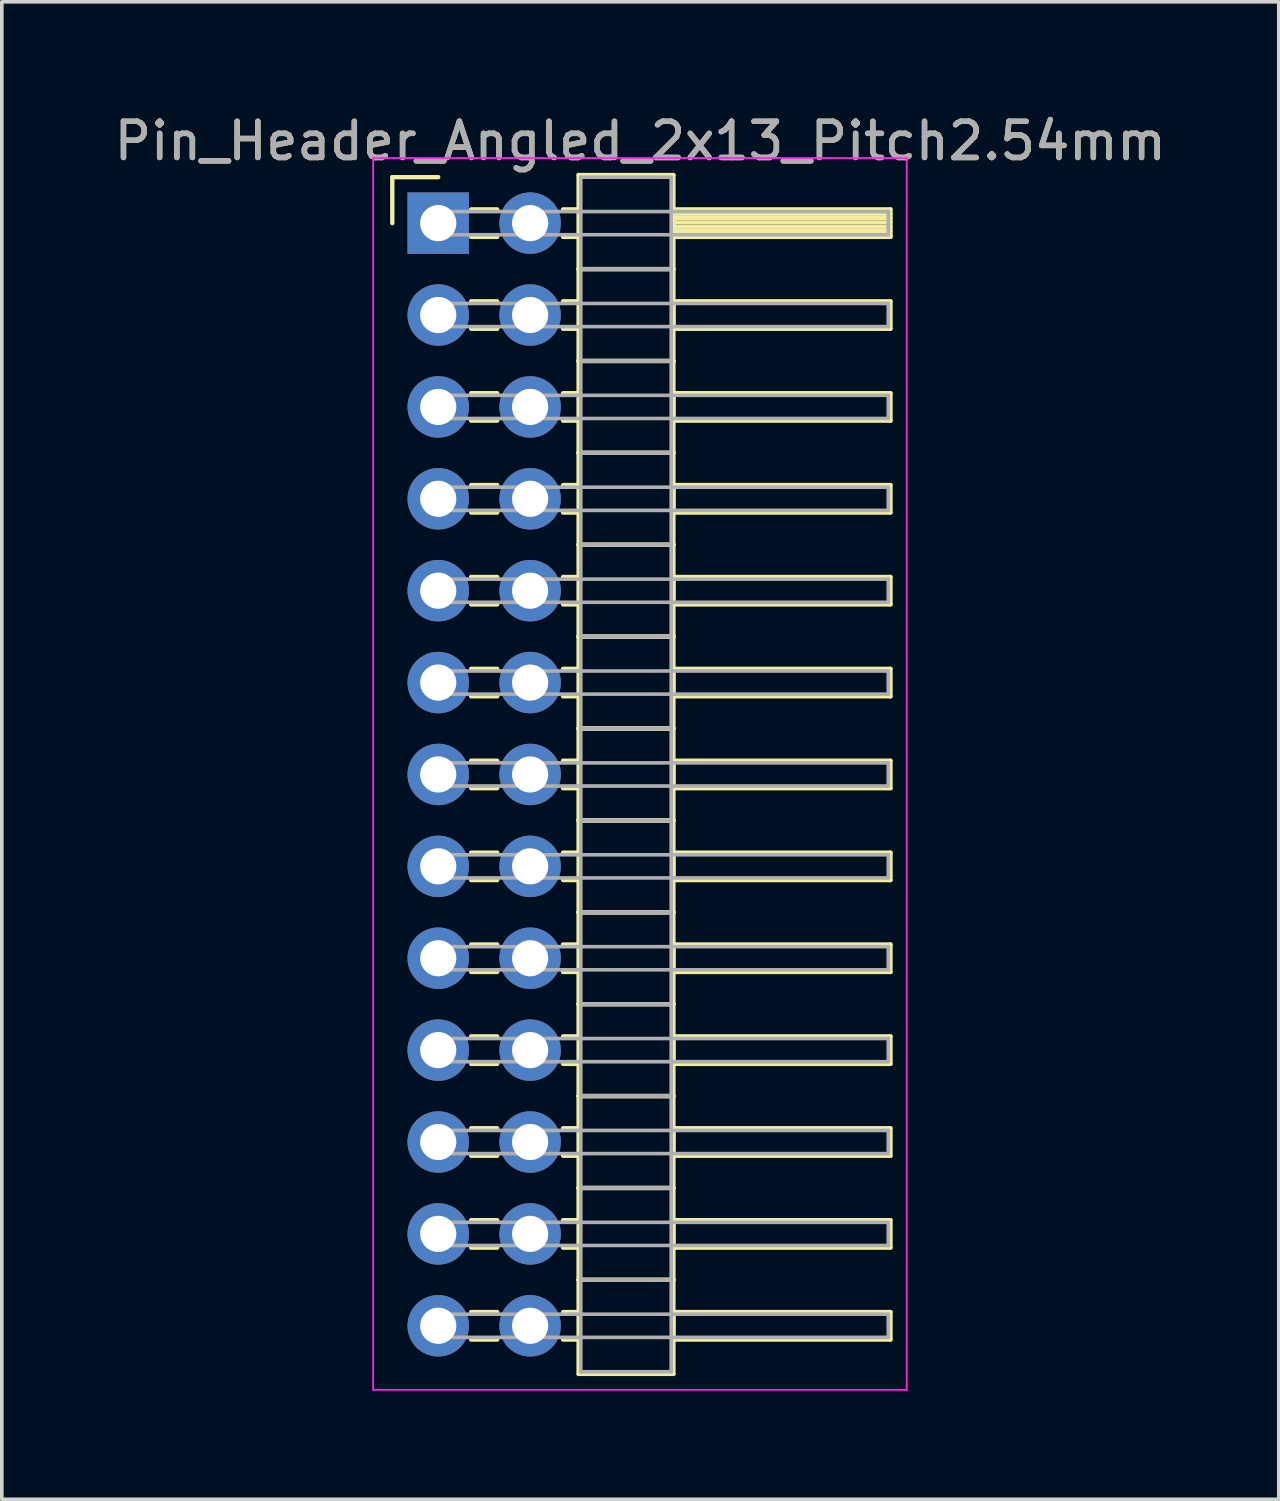
<source format=kicad_pcb>
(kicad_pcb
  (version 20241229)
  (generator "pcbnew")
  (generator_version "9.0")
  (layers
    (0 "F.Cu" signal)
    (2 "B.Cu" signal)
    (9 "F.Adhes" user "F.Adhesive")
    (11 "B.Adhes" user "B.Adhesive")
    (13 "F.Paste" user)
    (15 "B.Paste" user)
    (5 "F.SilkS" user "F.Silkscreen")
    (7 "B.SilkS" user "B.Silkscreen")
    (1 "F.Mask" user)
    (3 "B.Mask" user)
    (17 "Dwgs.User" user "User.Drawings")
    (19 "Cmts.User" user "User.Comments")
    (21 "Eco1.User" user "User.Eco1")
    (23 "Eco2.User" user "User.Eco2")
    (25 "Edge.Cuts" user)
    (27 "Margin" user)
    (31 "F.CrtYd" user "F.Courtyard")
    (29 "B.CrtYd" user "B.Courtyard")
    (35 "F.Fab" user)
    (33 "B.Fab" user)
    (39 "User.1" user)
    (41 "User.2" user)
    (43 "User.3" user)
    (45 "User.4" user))
  (footprint "Pin_Header_Angled_2x13_Pitch2.54mm"
    (layer "F.Cu")
    (at 9.064 3.118)
    (property "Reference" "Pin_Header_Angled_2x13_Pitch2.54mm" (at 5.585 -2.27 0) (layer "F.SilkS") (effects (font (size 1 1) (thickness 0.15))))
    (attr through_hole)
    (fp_line (start -1.27 -1.27) (end 0 -1.27) (stroke (width 0.12) (type solid)) (layer "F.SilkS"))
    (fp_line (start -1.27 0) (end -1.27 -1.27) (stroke (width 0.12) (type solid)) (layer "F.SilkS"))
    (fp_line (start 0.91 -0.38) (end 1.63 -0.38) (stroke (width 0.12) (type solid)) (layer "F.SilkS"))
    (fp_line (start 0.91 0.38) (end 1.63 0.38) (stroke (width 0.12) (type solid)) (layer "F.SilkS"))
    (fp_line (start 0.91 2.16) (end 1.63 2.16) (stroke (width 0.12) (type solid)) (layer "F.SilkS"))
    (fp_line (start 0.91 2.92) (end 1.63 2.92) (stroke (width 0.12) (type solid)) (layer "F.SilkS"))
    (fp_line (start 0.91 4.7) (end 1.63 4.7) (stroke (width 0.12) (type solid)) (layer "F.SilkS"))
    (fp_line (start 0.91 5.46) (end 1.63 5.46) (stroke (width 0.12) (type solid)) (layer "F.SilkS"))
    (fp_line (start 0.91 7.24) (end 1.63 7.24) (stroke (width 0.12) (type solid)) (layer "F.SilkS"))
    (fp_line (start 0.91 8) (end 1.63 8) (stroke (width 0.12) (type solid)) (layer "F.SilkS"))
    (fp_line (start 0.91 9.78) (end 1.63 9.78) (stroke (width 0.12) (type solid)) (layer "F.SilkS"))
    (fp_line (start 0.91 10.54) (end 1.63 10.54) (stroke (width 0.12) (type solid)) (layer "F.SilkS"))
    (fp_line (start 0.91 12.32) (end 1.63 12.32) (stroke (width 0.12) (type solid)) (layer "F.SilkS"))
    (fp_line (start 0.91 13.08) (end 1.63 13.08) (stroke (width 0.12) (type solid)) (layer "F.SilkS"))
    (fp_line (start 0.91 14.86) (end 1.63 14.86) (stroke (width 0.12) (type solid)) (layer "F.SilkS"))
    (fp_line (start 0.91 15.62) (end 1.63 15.62) (stroke (width 0.12) (type solid)) (layer "F.SilkS"))
    (fp_line (start 0.91 17.4) (end 1.63 17.4) (stroke (width 0.12) (type solid)) (layer "F.SilkS"))
    (fp_line (start 0.91 18.16) (end 1.63 18.16) (stroke (width 0.12) (type solid)) (layer "F.SilkS"))
    (fp_line (start 0.91 19.94) (end 1.63 19.94) (stroke (width 0.12) (type solid)) (layer "F.SilkS"))
    (fp_line (start 0.91 20.7) (end 1.63 20.7) (stroke (width 0.12) (type solid)) (layer "F.SilkS"))
    (fp_line (start 0.91 22.48) (end 1.63 22.48) (stroke (width 0.12) (type solid)) (layer "F.SilkS"))
    (fp_line (start 0.91 23.24) (end 1.63 23.24) (stroke (width 0.12) (type solid)) (layer "F.SilkS"))
    (fp_line (start 0.91 25.02) (end 1.63 25.02) (stroke (width 0.12) (type solid)) (layer "F.SilkS"))
    (fp_line (start 0.91 25.78) (end 1.63 25.78) (stroke (width 0.12) (type solid)) (layer "F.SilkS"))
    (fp_line (start 0.91 27.56) (end 1.63 27.56) (stroke (width 0.12) (type solid)) (layer "F.SilkS"))
    (fp_line (start 0.91 28.32) (end 1.63 28.32) (stroke (width 0.12) (type solid)) (layer "F.SilkS"))
    (fp_line (start 0.91 30.1) (end 1.63 30.1) (stroke (width 0.12) (type solid)) (layer "F.SilkS"))
    (fp_line (start 0.91 30.86) (end 1.63 30.86) (stroke (width 0.12) (type solid)) (layer "F.SilkS"))
    (fp_line (start 3.45 -0.38) (end 3.88 -0.38) (stroke (width 0.12) (type solid)) (layer "F.SilkS"))
    (fp_line (start 3.45 0.38) (end 3.88 0.38) (stroke (width 0.12) (type solid)) (layer "F.SilkS"))
    (fp_line (start 3.45 2.16) (end 3.88 2.16) (stroke (width 0.12) (type solid)) (layer "F.SilkS"))
    (fp_line (start 3.45 2.92) (end 3.88 2.92) (stroke (width 0.12) (type solid)) (layer "F.SilkS"))
    (fp_line (start 3.45 4.7) (end 3.88 4.7) (stroke (width 0.12) (type solid)) (layer "F.SilkS"))
    (fp_line (start 3.45 5.46) (end 3.88 5.46) (stroke (width 0.12) (type solid)) (layer "F.SilkS"))
    (fp_line (start 3.45 7.24) (end 3.88 7.24) (stroke (width 0.12) (type solid)) (layer "F.SilkS"))
    (fp_line (start 3.45 8) (end 3.88 8) (stroke (width 0.12) (type solid)) (layer "F.SilkS"))
    (fp_line (start 3.45 9.78) (end 3.88 9.78) (stroke (width 0.12) (type solid)) (layer "F.SilkS"))
    (fp_line (start 3.45 10.54) (end 3.88 10.54) (stroke (width 0.12) (type solid)) (layer "F.SilkS"))
    (fp_line (start 3.45 12.32) (end 3.88 12.32) (stroke (width 0.12) (type solid)) (layer "F.SilkS"))
    (fp_line (start 3.45 13.08) (end 3.88 13.08) (stroke (width 0.12) (type solid)) (layer "F.SilkS"))
    (fp_line (start 3.45 14.86) (end 3.88 14.86) (stroke (width 0.12) (type solid)) (layer "F.SilkS"))
    (fp_line (start 3.45 15.62) (end 3.88 15.62) (stroke (width 0.12) (type solid)) (layer "F.SilkS"))
    (fp_line (start 3.45 17.4) (end 3.88 17.4) (stroke (width 0.12) (type solid)) (layer "F.SilkS"))
    (fp_line (start 3.45 18.16) (end 3.88 18.16) (stroke (width 0.12) (type solid)) (layer "F.SilkS"))
    (fp_line (start 3.45 19.94) (end 3.88 19.94) (stroke (width 0.12) (type solid)) (layer "F.SilkS"))
    (fp_line (start 3.45 20.7) (end 3.88 20.7) (stroke (width 0.12) (type solid)) (layer "F.SilkS"))
    (fp_line (start 3.45 22.48) (end 3.88 22.48) (stroke (width 0.12) (type solid)) (layer "F.SilkS"))
    (fp_line (start 3.45 23.24) (end 3.88 23.24) (stroke (width 0.12) (type solid)) (layer "F.SilkS"))
    (fp_line (start 3.45 25.02) (end 3.88 25.02) (stroke (width 0.12) (type solid)) (layer "F.SilkS"))
    (fp_line (start 3.45 25.78) (end 3.88 25.78) (stroke (width 0.12) (type solid)) (layer "F.SilkS"))
    (fp_line (start 3.45 27.56) (end 3.88 27.56) (stroke (width 0.12) (type solid)) (layer "F.SilkS"))
    (fp_line (start 3.45 28.32) (end 3.88 28.32) (stroke (width 0.12) (type solid)) (layer "F.SilkS"))
    (fp_line (start 3.45 30.1) (end 3.88 30.1) (stroke (width 0.12) (type solid)) (layer "F.SilkS"))
    (fp_line (start 3.45 30.86) (end 3.88 30.86) (stroke (width 0.12) (type solid)) (layer "F.SilkS"))
    (fp_line (start 3.88 -1.33) (end 3.88 1.27) (stroke (width 0.12) (type solid)) (layer "F.SilkS"))
    (fp_line (start 3.88 1.27) (end 3.88 3.81) (stroke (width 0.12) (type solid)) (layer "F.SilkS"))
    (fp_line (start 3.88 1.27) (end 6.5 1.27) (stroke (width 0.12) (type solid)) (layer "F.SilkS"))
    (fp_line (start 3.88 3.81) (end 3.88 6.35) (stroke (width 0.12) (type solid)) (layer "F.SilkS"))
    (fp_line (start 3.88 3.81) (end 6.5 3.81) (stroke (width 0.12) (type solid)) (layer "F.SilkS"))
    (fp_line (start 3.88 6.35) (end 3.88 8.89) (stroke (width 0.12) (type solid)) (layer "F.SilkS"))
    (fp_line (start 3.88 6.35) (end 6.5 6.35) (stroke (width 0.12) (type solid)) (layer "F.SilkS"))
    (fp_line (start 3.88 8.89) (end 3.88 11.43) (stroke (width 0.12) (type solid)) (layer "F.SilkS"))
    (fp_line (start 3.88 8.89) (end 6.5 8.89) (stroke (width 0.12) (type solid)) (layer "F.SilkS"))
    (fp_line (start 3.88 11.43) (end 3.88 13.97) (stroke (width 0.12) (type solid)) (layer "F.SilkS"))
    (fp_line (start 3.88 11.43) (end 6.5 11.43) (stroke (width 0.12) (type solid)) (layer "F.SilkS"))
    (fp_line (start 3.88 13.97) (end 3.88 16.51) (stroke (width 0.12) (type solid)) (layer "F.SilkS"))
    (fp_line (start 3.88 13.97) (end 6.5 13.97) (stroke (width 0.12) (type solid)) (layer "F.SilkS"))
    (fp_line (start 3.88 16.51) (end 3.88 19.05) (stroke (width 0.12) (type solid)) (layer "F.SilkS"))
    (fp_line (start 3.88 16.51) (end 6.5 16.51) (stroke (width 0.12) (type solid)) (layer "F.SilkS"))
    (fp_line (start 3.88 19.05) (end 3.88 21.59) (stroke (width 0.12) (type solid)) (layer "F.SilkS"))
    (fp_line (start 3.88 19.05) (end 6.5 19.05) (stroke (width 0.12) (type solid)) (layer "F.SilkS"))
    (fp_line (start 3.88 21.59) (end 3.88 24.13) (stroke (width 0.12) (type solid)) (layer "F.SilkS"))
    (fp_line (start 3.88 21.59) (end 6.5 21.59) (stroke (width 0.12) (type solid)) (layer "F.SilkS"))
    (fp_line (start 3.88 24.13) (end 3.88 26.67) (stroke (width 0.12) (type solid)) (layer "F.SilkS"))
    (fp_line (start 3.88 24.13) (end 6.5 24.13) (stroke (width 0.12) (type solid)) (layer "F.SilkS"))
    (fp_line (start 3.88 26.67) (end 3.88 29.21) (stroke (width 0.12) (type solid)) (layer "F.SilkS"))
    (fp_line (start 3.88 26.67) (end 6.5 26.67) (stroke (width 0.12) (type solid)) (layer "F.SilkS"))
    (fp_line (start 3.88 29.21) (end 3.88 31.81) (stroke (width 0.12) (type solid)) (layer "F.SilkS"))
    (fp_line (start 3.88 29.21) (end 6.5 29.21) (stroke (width 0.12) (type solid)) (layer "F.SilkS"))
    (fp_line (start 3.88 31.81) (end 6.5 31.81) (stroke (width 0.12) (type solid)) (layer "F.SilkS"))
    (fp_line (start 6.5 -1.33) (end 3.88 -1.33) (stroke (width 0.12) (type solid)) (layer "F.SilkS"))
    (fp_line (start 6.5 -0.38) (end 6.5 0.38) (stroke (width 0.12) (type solid)) (layer "F.SilkS"))
    (fp_line (start 6.5 -0.26) (end 12.5 -0.26) (stroke (width 0.12) (type solid)) (layer "F.SilkS"))
    (fp_line (start 6.5 -0.14) (end 12.5 -0.14) (stroke (width 0.12) (type solid)) (layer "F.SilkS"))
    (fp_line (start 6.5 -0.02) (end 12.5 -0.02) (stroke (width 0.12) (type solid)) (layer "F.SilkS"))
    (fp_line (start 6.5 0.1) (end 12.5 0.1) (stroke (width 0.12) (type solid)) (layer "F.SilkS"))
    (fp_line (start 6.5 0.22) (end 12.5 0.22) (stroke (width 0.12) (type solid)) (layer "F.SilkS"))
    (fp_line (start 6.5 0.34) (end 12.5 0.34) (stroke (width 0.12) (type solid)) (layer "F.SilkS"))
    (fp_line (start 6.5 0.38) (end 12.5 0.38) (stroke (width 0.12) (type solid)) (layer "F.SilkS"))
    (fp_line (start 6.5 1.27) (end 3.88 1.27) (stroke (width 0.12) (type solid)) (layer "F.SilkS"))
    (fp_line (start 6.5 1.27) (end 6.5 -1.33) (stroke (width 0.12) (type solid)) (layer "F.SilkS"))
    (fp_line (start 6.5 2.16) (end 6.5 2.92) (stroke (width 0.12) (type solid)) (layer "F.SilkS"))
    (fp_line (start 6.5 2.92) (end 12.5 2.92) (stroke (width 0.12) (type solid)) (layer "F.SilkS"))
    (fp_line (start 6.5 3.81) (end 3.88 3.81) (stroke (width 0.12) (type solid)) (layer "F.SilkS"))
    (fp_line (start 6.5 3.81) (end 6.5 1.27) (stroke (width 0.12) (type solid)) (layer "F.SilkS"))
    (fp_line (start 6.5 4.7) (end 6.5 5.46) (stroke (width 0.12) (type solid)) (layer "F.SilkS"))
    (fp_line (start 6.5 5.46) (end 12.5 5.46) (stroke (width 0.12) (type solid)) (layer "F.SilkS"))
    (fp_line (start 6.5 6.35) (end 3.88 6.35) (stroke (width 0.12) (type solid)) (layer "F.SilkS"))
    (fp_line (start 6.5 6.35) (end 6.5 3.81) (stroke (width 0.12) (type solid)) (layer "F.SilkS"))
    (fp_line (start 6.5 7.24) (end 6.5 8) (stroke (width 0.12) (type solid)) (layer "F.SilkS"))
    (fp_line (start 6.5 8) (end 12.5 8) (stroke (width 0.12) (type solid)) (layer "F.SilkS"))
    (fp_line (start 6.5 8.89) (end 3.88 8.89) (stroke (width 0.12) (type solid)) (layer "F.SilkS"))
    (fp_line (start 6.5 8.89) (end 6.5 6.35) (stroke (width 0.12) (type solid)) (layer "F.SilkS"))
    (fp_line (start 6.5 9.78) (end 6.5 10.54) (stroke (width 0.12) (type solid)) (layer "F.SilkS"))
    (fp_line (start 6.5 10.54) (end 12.5 10.54) (stroke (width 0.12) (type solid)) (layer "F.SilkS"))
    (fp_line (start 6.5 11.43) (end 3.88 11.43) (stroke (width 0.12) (type solid)) (layer "F.SilkS"))
    (fp_line (start 6.5 11.43) (end 6.5 8.89) (stroke (width 0.12) (type solid)) (layer "F.SilkS"))
    (fp_line (start 6.5 12.32) (end 6.5 13.08) (stroke (width 0.12) (type solid)) (layer "F.SilkS"))
    (fp_line (start 6.5 13.08) (end 12.5 13.08) (stroke (width 0.12) (type solid)) (layer "F.SilkS"))
    (fp_line (start 6.5 13.97) (end 3.88 13.97) (stroke (width 0.12) (type solid)) (layer "F.SilkS"))
    (fp_line (start 6.5 13.97) (end 6.5 11.43) (stroke (width 0.12) (type solid)) (layer "F.SilkS"))
    (fp_line (start 6.5 14.86) (end 6.5 15.62) (stroke (width 0.12) (type solid)) (layer "F.SilkS"))
    (fp_line (start 6.5 15.62) (end 12.5 15.62) (stroke (width 0.12) (type solid)) (layer "F.SilkS"))
    (fp_line (start 6.5 16.51) (end 3.88 16.51) (stroke (width 0.12) (type solid)) (layer "F.SilkS"))
    (fp_line (start 6.5 16.51) (end 6.5 13.97) (stroke (width 0.12) (type solid)) (layer "F.SilkS"))
    (fp_line (start 6.5 17.4) (end 6.5 18.16) (stroke (width 0.12) (type solid)) (layer "F.SilkS"))
    (fp_line (start 6.5 18.16) (end 12.5 18.16) (stroke (width 0.12) (type solid)) (layer "F.SilkS"))
    (fp_line (start 6.5 19.05) (end 3.88 19.05) (stroke (width 0.12) (type solid)) (layer "F.SilkS"))
    (fp_line (start 6.5 19.05) (end 6.5 16.51) (stroke (width 0.12) (type solid)) (layer "F.SilkS"))
    (fp_line (start 6.5 19.94) (end 6.5 20.7) (stroke (width 0.12) (type solid)) (layer "F.SilkS"))
    (fp_line (start 6.5 20.7) (end 12.5 20.7) (stroke (width 0.12) (type solid)) (layer "F.SilkS"))
    (fp_line (start 6.5 21.59) (end 3.88 21.59) (stroke (width 0.12) (type solid)) (layer "F.SilkS"))
    (fp_line (start 6.5 21.59) (end 6.5 19.05) (stroke (width 0.12) (type solid)) (layer "F.SilkS"))
    (fp_line (start 6.5 22.48) (end 6.5 23.24) (stroke (width 0.12) (type solid)) (layer "F.SilkS"))
    (fp_line (start 6.5 23.24) (end 12.5 23.24) (stroke (width 0.12) (type solid)) (layer "F.SilkS"))
    (fp_line (start 6.5 24.13) (end 3.88 24.13) (stroke (width 0.12) (type solid)) (layer "F.SilkS"))
    (fp_line (start 6.5 24.13) (end 6.5 21.59) (stroke (width 0.12) (type solid)) (layer "F.SilkS"))
    (fp_line (start 6.5 25.02) (end 6.5 25.78) (stroke (width 0.12) (type solid)) (layer "F.SilkS"))
    (fp_line (start 6.5 25.78) (end 12.5 25.78) (stroke (width 0.12) (type solid)) (layer "F.SilkS"))
    (fp_line (start 6.5 26.67) (end 3.88 26.67) (stroke (width 0.12) (type solid)) (layer "F.SilkS"))
    (fp_line (start 6.5 26.67) (end 6.5 24.13) (stroke (width 0.12) (type solid)) (layer "F.SilkS"))
    (fp_line (start 6.5 27.56) (end 6.5 28.32) (stroke (width 0.12) (type solid)) (layer "F.SilkS"))
    (fp_line (start 6.5 28.32) (end 12.5 28.32) (stroke (width 0.12) (type solid)) (layer "F.SilkS"))
    (fp_line (start 6.5 29.21) (end 3.88 29.21) (stroke (width 0.12) (type solid)) (layer "F.SilkS"))
    (fp_line (start 6.5 29.21) (end 6.5 26.67) (stroke (width 0.12) (type solid)) (layer "F.SilkS"))
    (fp_line (start 6.5 30.1) (end 6.5 30.86) (stroke (width 0.12) (type solid)) (layer "F.SilkS"))
    (fp_line (start 6.5 30.86) (end 12.5 30.86) (stroke (width 0.12) (type solid)) (layer "F.SilkS"))
    (fp_line (start 6.5 31.81) (end 6.5 29.21) (stroke (width 0.12) (type solid)) (layer "F.SilkS"))
    (fp_line (start 12.5 -0.38) (end 6.5 -0.38) (stroke (width 0.12) (type solid)) (layer "F.SilkS"))
    (fp_line (start 12.5 0.38) (end 12.5 -0.38) (stroke (width 0.12) (type solid)) (layer "F.SilkS"))
    (fp_line (start 12.5 2.16) (end 6.5 2.16) (stroke (width 0.12) (type solid)) (layer "F.SilkS"))
    (fp_line (start 12.5 2.92) (end 12.5 2.16) (stroke (width 0.12) (type solid)) (layer "F.SilkS"))
    (fp_line (start 12.5 4.7) (end 6.5 4.7) (stroke (width 0.12) (type solid)) (layer "F.SilkS"))
    (fp_line (start 12.5 5.46) (end 12.5 4.7) (stroke (width 0.12) (type solid)) (layer "F.SilkS"))
    (fp_line (start 12.5 7.24) (end 6.5 7.24) (stroke (width 0.12) (type solid)) (layer "F.SilkS"))
    (fp_line (start 12.5 8) (end 12.5 7.24) (stroke (width 0.12) (type solid)) (layer "F.SilkS"))
    (fp_line (start 12.5 9.78) (end 6.5 9.78) (stroke (width 0.12) (type solid)) (layer "F.SilkS"))
    (fp_line (start 12.5 10.54) (end 12.5 9.78) (stroke (width 0.12) (type solid)) (layer "F.SilkS"))
    (fp_line (start 12.5 12.32) (end 6.5 12.32) (stroke (width 0.12) (type solid)) (layer "F.SilkS"))
    (fp_line (start 12.5 13.08) (end 12.5 12.32) (stroke (width 0.12) (type solid)) (layer "F.SilkS"))
    (fp_line (start 12.5 14.86) (end 6.5 14.86) (stroke (width 0.12) (type solid)) (layer "F.SilkS"))
    (fp_line (start 12.5 15.62) (end 12.5 14.86) (stroke (width 0.12) (type solid)) (layer "F.SilkS"))
    (fp_line (start 12.5 17.4) (end 6.5 17.4) (stroke (width 0.12) (type solid)) (layer "F.SilkS"))
    (fp_line (start 12.5 18.16) (end 12.5 17.4) (stroke (width 0.12) (type solid)) (layer "F.SilkS"))
    (fp_line (start 12.5 19.94) (end 6.5 19.94) (stroke (width 0.12) (type solid)) (layer "F.SilkS"))
    (fp_line (start 12.5 20.7) (end 12.5 19.94) (stroke (width 0.12) (type solid)) (layer "F.SilkS"))
    (fp_line (start 12.5 22.48) (end 6.5 22.48) (stroke (width 0.12) (type solid)) (layer "F.SilkS"))
    (fp_line (start 12.5 23.24) (end 12.5 22.48) (stroke (width 0.12) (type solid)) (layer "F.SilkS"))
    (fp_line (start 12.5 25.02) (end 6.5 25.02) (stroke (width 0.12) (type solid)) (layer "F.SilkS"))
    (fp_line (start 12.5 25.78) (end 12.5 25.02) (stroke (width 0.12) (type solid)) (layer "F.SilkS"))
    (fp_line (start 12.5 27.56) (end 6.5 27.56) (stroke (width 0.12) (type solid)) (layer "F.SilkS"))
    (fp_line (start 12.5 28.32) (end 12.5 27.56) (stroke (width 0.12) (type solid)) (layer "F.SilkS"))
    (fp_line (start 12.5 30.1) (end 6.5 30.1) (stroke (width 0.12) (type solid)) (layer "F.SilkS"))
    (fp_line (start 12.5 30.86) (end 12.5 30.1) (stroke (width 0.12) (type solid)) (layer "F.SilkS"))
    (fp_line (start -1.8 -1.8) (end -1.8 32.25) (stroke (width 0.05) (type solid)) (layer "F.CrtYd"))
    (fp_line (start -1.8 32.25) (end 12.95 32.25) (stroke (width 0.05) (type solid)) (layer "F.CrtYd"))
    (fp_line (start 12.95 -1.8) (end -1.8 -1.8) (stroke (width 0.05) (type solid)) (layer "F.CrtYd"))
    (fp_line (start 12.95 32.25) (end 12.95 -1.8) (stroke (width 0.05) (type solid)) (layer "F.CrtYd"))
    (fp_line (start 0 -0.32) (end 0 0.32) (stroke (width 0.1) (type solid)) (layer "F.Fab"))
    (fp_line (start 0 0.32) (end 12.44 0.32) (stroke (width 0.1) (type solid)) (layer "F.Fab"))
    (fp_line (start 0 2.22) (end 0 2.86) (stroke (width 0.1) (type solid)) (layer "F.Fab"))
    (fp_line (start 0 2.86) (end 12.44 2.86) (stroke (width 0.1) (type solid)) (layer "F.Fab"))
    (fp_line (start 0 4.76) (end 0 5.4) (stroke (width 0.1) (type solid)) (layer "F.Fab"))
    (fp_line (start 0 5.4) (end 12.44 5.4) (stroke (width 0.1) (type solid)) (layer "F.Fab"))
    (fp_line (start 0 7.3) (end 0 7.94) (stroke (width 0.1) (type solid)) (layer "F.Fab"))
    (fp_line (start 0 7.94) (end 12.44 7.94) (stroke (width 0.1) (type solid)) (layer "F.Fab"))
    (fp_line (start 0 9.84) (end 0 10.48) (stroke (width 0.1) (type solid)) (layer "F.Fab"))
    (fp_line (start 0 10.48) (end 12.44 10.48) (stroke (width 0.1) (type solid)) (layer "F.Fab"))
    (fp_line (start 0 12.38) (end 0 13.02) (stroke (width 0.1) (type solid)) (layer "F.Fab"))
    (fp_line (start 0 13.02) (end 12.44 13.02) (stroke (width 0.1) (type solid)) (layer "F.Fab"))
    (fp_line (start 0 14.92) (end 0 15.56) (stroke (width 0.1) (type solid)) (layer "F.Fab"))
    (fp_line (start 0 15.56) (end 12.44 15.56) (stroke (width 0.1) (type solid)) (layer "F.Fab"))
    (fp_line (start 0 17.46) (end 0 18.1) (stroke (width 0.1) (type solid)) (layer "F.Fab"))
    (fp_line (start 0 18.1) (end 12.44 18.1) (stroke (width 0.1) (type solid)) (layer "F.Fab"))
    (fp_line (start 0 20) (end 0 20.64) (stroke (width 0.1) (type solid)) (layer "F.Fab"))
    (fp_line (start 0 20.64) (end 12.44 20.64) (stroke (width 0.1) (type solid)) (layer "F.Fab"))
    (fp_line (start 0 22.54) (end 0 23.18) (stroke (width 0.1) (type solid)) (layer "F.Fab"))
    (fp_line (start 0 23.18) (end 12.44 23.18) (stroke (width 0.1) (type solid)) (layer "F.Fab"))
    (fp_line (start 0 25.08) (end 0 25.72) (stroke (width 0.1) (type solid)) (layer "F.Fab"))
    (fp_line (start 0 25.72) (end 12.44 25.72) (stroke (width 0.1) (type solid)) (layer "F.Fab"))
    (fp_line (start 0 27.62) (end 0 28.26) (stroke (width 0.1) (type solid)) (layer "F.Fab"))
    (fp_line (start 0 28.26) (end 12.44 28.26) (stroke (width 0.1) (type solid)) (layer "F.Fab"))
    (fp_line (start 0 30.16) (end 0 30.8) (stroke (width 0.1) (type solid)) (layer "F.Fab"))
    (fp_line (start 0 30.8) (end 12.44 30.8) (stroke (width 0.1) (type solid)) (layer "F.Fab"))
    (fp_line (start 3.94 -1.27) (end 3.94 1.27) (stroke (width 0.1) (type solid)) (layer "F.Fab"))
    (fp_line (start 3.94 1.27) (end 3.94 3.81) (stroke (width 0.1) (type solid)) (layer "F.Fab"))
    (fp_line (start 3.94 1.27) (end 6.44 1.27) (stroke (width 0.1) (type solid)) (layer "F.Fab"))
    (fp_line (start 3.94 3.81) (end 3.94 6.35) (stroke (width 0.1) (type solid)) (layer "F.Fab"))
    (fp_line (start 3.94 3.81) (end 6.44 3.81) (stroke (width 0.1) (type solid)) (layer "F.Fab"))
    (fp_line (start 3.94 6.35) (end 3.94 8.89) (stroke (width 0.1) (type solid)) (layer "F.Fab"))
    (fp_line (start 3.94 6.35) (end 6.44 6.35) (stroke (width 0.1) (type solid)) (layer "F.Fab"))
    (fp_line (start 3.94 8.89) (end 3.94 11.43) (stroke (width 0.1) (type solid)) (layer "F.Fab"))
    (fp_line (start 3.94 8.89) (end 6.44 8.89) (stroke (width 0.1) (type solid)) (layer "F.Fab"))
    (fp_line (start 3.94 11.43) (end 3.94 13.97) (stroke (width 0.1) (type solid)) (layer "F.Fab"))
    (fp_line (start 3.94 11.43) (end 6.44 11.43) (stroke (width 0.1) (type solid)) (layer "F.Fab"))
    (fp_line (start 3.94 13.97) (end 3.94 16.51) (stroke (width 0.1) (type solid)) (layer "F.Fab"))
    (fp_line (start 3.94 13.97) (end 6.44 13.97) (stroke (width 0.1) (type solid)) (layer "F.Fab"))
    (fp_line (start 3.94 16.51) (end 3.94 19.05) (stroke (width 0.1) (type solid)) (layer "F.Fab"))
    (fp_line (start 3.94 16.51) (end 6.44 16.51) (stroke (width 0.1) (type solid)) (layer "F.Fab"))
    (fp_line (start 3.94 19.05) (end 3.94 21.59) (stroke (width 0.1) (type solid)) (layer "F.Fab"))
    (fp_line (start 3.94 19.05) (end 6.44 19.05) (stroke (width 0.1) (type solid)) (layer "F.Fab"))
    (fp_line (start 3.94 21.59) (end 3.94 24.13) (stroke (width 0.1) (type solid)) (layer "F.Fab"))
    (fp_line (start 3.94 21.59) (end 6.44 21.59) (stroke (width 0.1) (type solid)) (layer "F.Fab"))
    (fp_line (start 3.94 24.13) (end 3.94 26.67) (stroke (width 0.1) (type solid)) (layer "F.Fab"))
    (fp_line (start 3.94 24.13) (end 6.44 24.13) (stroke (width 0.1) (type solid)) (layer "F.Fab"))
    (fp_line (start 3.94 26.67) (end 3.94 29.21) (stroke (width 0.1) (type solid)) (layer "F.Fab"))
    (fp_line (start 3.94 26.67) (end 6.44 26.67) (stroke (width 0.1) (type solid)) (layer "F.Fab"))
    (fp_line (start 3.94 29.21) (end 3.94 31.75) (stroke (width 0.1) (type solid)) (layer "F.Fab"))
    (fp_line (start 3.94 29.21) (end 6.44 29.21) (stroke (width 0.1) (type solid)) (layer "F.Fab"))
    (fp_line (start 3.94 31.75) (end 6.44 31.75) (stroke (width 0.1) (type solid)) (layer "F.Fab"))
    (fp_line (start 6.44 -1.27) (end 3.94 -1.27) (stroke (width 0.1) (type solid)) (layer "F.Fab"))
    (fp_line (start 6.44 1.27) (end 3.94 1.27) (stroke (width 0.1) (type solid)) (layer "F.Fab"))
    (fp_line (start 6.44 1.27) (end 6.44 -1.27) (stroke (width 0.1) (type solid)) (layer "F.Fab"))
    (fp_line (start 6.44 3.81) (end 3.94 3.81) (stroke (width 0.1) (type solid)) (layer "F.Fab"))
    (fp_line (start 6.44 3.81) (end 6.44 1.27) (stroke (width 0.1) (type solid)) (layer "F.Fab"))
    (fp_line (start 6.44 6.35) (end 3.94 6.35) (stroke (width 0.1) (type solid)) (layer "F.Fab"))
    (fp_line (start 6.44 6.35) (end 6.44 3.81) (stroke (width 0.1) (type solid)) (layer "F.Fab"))
    (fp_line (start 6.44 8.89) (end 3.94 8.89) (stroke (width 0.1) (type solid)) (layer "F.Fab"))
    (fp_line (start 6.44 8.89) (end 6.44 6.35) (stroke (width 0.1) (type solid)) (layer "F.Fab"))
    (fp_line (start 6.44 11.43) (end 3.94 11.43) (stroke (width 0.1) (type solid)) (layer "F.Fab"))
    (fp_line (start 6.44 11.43) (end 6.44 8.89) (stroke (width 0.1) (type solid)) (layer "F.Fab"))
    (fp_line (start 6.44 13.97) (end 3.94 13.97) (stroke (width 0.1) (type solid)) (layer "F.Fab"))
    (fp_line (start 6.44 13.97) (end 6.44 11.43) (stroke (width 0.1) (type solid)) (layer "F.Fab"))
    (fp_line (start 6.44 16.51) (end 3.94 16.51) (stroke (width 0.1) (type solid)) (layer "F.Fab"))
    (fp_line (start 6.44 16.51) (end 6.44 13.97) (stroke (width 0.1) (type solid)) (layer "F.Fab"))
    (fp_line (start 6.44 19.05) (end 3.94 19.05) (stroke (width 0.1) (type solid)) (layer "F.Fab"))
    (fp_line (start 6.44 19.05) (end 6.44 16.51) (stroke (width 0.1) (type solid)) (layer "F.Fab"))
    (fp_line (start 6.44 21.59) (end 3.94 21.59) (stroke (width 0.1) (type solid)) (layer "F.Fab"))
    (fp_line (start 6.44 21.59) (end 6.44 19.05) (stroke (width 0.1) (type solid)) (layer "F.Fab"))
    (fp_line (start 6.44 24.13) (end 3.94 24.13) (stroke (width 0.1) (type solid)) (layer "F.Fab"))
    (fp_line (start 6.44 24.13) (end 6.44 21.59) (stroke (width 0.1) (type solid)) (layer "F.Fab"))
    (fp_line (start 6.44 26.67) (end 3.94 26.67) (stroke (width 0.1) (type solid)) (layer "F.Fab"))
    (fp_line (start 6.44 26.67) (end 6.44 24.13) (stroke (width 0.1) (type solid)) (layer "F.Fab"))
    (fp_line (start 6.44 29.21) (end 3.94 29.21) (stroke (width 0.1) (type solid)) (layer "F.Fab"))
    (fp_line (start 6.44 29.21) (end 6.44 26.67) (stroke (width 0.1) (type solid)) (layer "F.Fab"))
    (fp_line (start 6.44 31.75) (end 6.44 29.21) (stroke (width 0.1) (type solid)) (layer "F.Fab"))
    (fp_line (start 12.44 -0.32) (end 0 -0.32) (stroke (width 0.1) (type solid)) (layer "F.Fab"))
    (fp_line (start 12.44 0.32) (end 12.44 -0.32) (stroke (width 0.1) (type solid)) (layer "F.Fab"))
    (fp_line (start 12.44 2.22) (end 0 2.22) (stroke (width 0.1) (type solid)) (layer "F.Fab"))
    (fp_line (start 12.44 2.86) (end 12.44 2.22) (stroke (width 0.1) (type solid)) (layer "F.Fab"))
    (fp_line (start 12.44 4.76) (end 0 4.76) (stroke (width 0.1) (type solid)) (layer "F.Fab"))
    (fp_line (start 12.44 5.4) (end 12.44 4.76) (stroke (width 0.1) (type solid)) (layer "F.Fab"))
    (fp_line (start 12.44 7.3) (end 0 7.3) (stroke (width 0.1) (type solid)) (layer "F.Fab"))
    (fp_line (start 12.44 7.94) (end 12.44 7.3) (stroke (width 0.1) (type solid)) (layer "F.Fab"))
    (fp_line (start 12.44 9.84) (end 0 9.84) (stroke (width 0.1) (type solid)) (layer "F.Fab"))
    (fp_line (start 12.44 10.48) (end 12.44 9.84) (stroke (width 0.1) (type solid)) (layer "F.Fab"))
    (fp_line (start 12.44 12.38) (end 0 12.38) (stroke (width 0.1) (type solid)) (layer "F.Fab"))
    (fp_line (start 12.44 13.02) (end 12.44 12.38) (stroke (width 0.1) (type solid)) (layer "F.Fab"))
    (fp_line (start 12.44 14.92) (end 0 14.92) (stroke (width 0.1) (type solid)) (layer "F.Fab"))
    (fp_line (start 12.44 15.56) (end 12.44 14.92) (stroke (width 0.1) (type solid)) (layer "F.Fab"))
    (fp_line (start 12.44 17.46) (end 0 17.46) (stroke (width 0.1) (type solid)) (layer "F.Fab"))
    (fp_line (start 12.44 18.1) (end 12.44 17.46) (stroke (width 0.1) (type solid)) (layer "F.Fab"))
    (fp_line (start 12.44 20) (end 0 20) (stroke (width 0.1) (type solid)) (layer "F.Fab"))
    (fp_line (start 12.44 20.64) (end 12.44 20) (stroke (width 0.1) (type solid)) (layer "F.Fab"))
    (fp_line (start 12.44 22.54) (end 0 22.54) (stroke (width 0.1) (type solid)) (layer "F.Fab"))
    (fp_line (start 12.44 23.18) (end 12.44 22.54) (stroke (width 0.1) (type solid)) (layer "F.Fab"))
    (fp_line (start 12.44 25.08) (end 0 25.08) (stroke (width 0.1) (type solid)) (layer "F.Fab"))
    (fp_line (start 12.44 25.72) (end 12.44 25.08) (stroke (width 0.1) (type solid)) (layer "F.Fab"))
    (fp_line (start 12.44 27.62) (end 0 27.62) (stroke (width 0.1) (type solid)) (layer "F.Fab"))
    (fp_line (start 12.44 28.26) (end 12.44 27.62) (stroke (width 0.1) (type solid)) (layer "F.Fab"))
    (fp_line (start 12.44 30.16) (end 0 30.16) (stroke (width 0.1) (type solid)) (layer "F.Fab"))
    (fp_line (start 12.44 30.8) (end 12.44 30.16) (stroke (width 0.1) (type solid)) (layer "F.Fab"))
    (fp_text user "${REFERENCE}" (at 5.585 -2.27 0) (layer "F.Fab") (effects (font (size 1 1) (thickness 0.15))))
    (pad "1" thru_hole rect (at 0 0) (size 1.7 1.7) (drill 1) (layers "*.Cu" "*.Mask"))
    (pad "2" thru_hole oval (at 2.54 0) (size 1.7 1.7) (drill 1) (layers "*.Cu" "*.Mask"))
    (pad "3" thru_hole oval (at 0 2.54) (size 1.7 1.7) (drill 1) (layers "*.Cu" "*.Mask"))
    (pad "4" thru_hole oval (at 2.54 2.54) (size 1.7 1.7) (drill 1) (layers "*.Cu" "*.Mask"))
    (pad "5" thru_hole oval (at 0 5.08) (size 1.7 1.7) (drill 1) (layers "*.Cu" "*.Mask"))
    (pad "6" thru_hole oval (at 2.54 5.08) (size 1.7 1.7) (drill 1) (layers "*.Cu" "*.Mask"))
    (pad "7" thru_hole oval (at 0 7.62) (size 1.7 1.7) (drill 1) (layers "*.Cu" "*.Mask"))
    (pad "8" thru_hole oval (at 2.54 7.62) (size 1.7 1.7) (drill 1) (layers "*.Cu" "*.Mask"))
    (pad "9" thru_hole oval (at 0 10.16) (size 1.7 1.7) (drill 1) (layers "*.Cu" "*.Mask"))
    (pad "10" thru_hole oval (at 2.54 10.16) (size 1.7 1.7) (drill 1) (layers "*.Cu" "*.Mask"))
    (pad "11" thru_hole oval (at 0 12.7) (size 1.7 1.7) (drill 1) (layers "*.Cu" "*.Mask"))
    (pad "12" thru_hole oval (at 2.54 12.7) (size 1.7 1.7) (drill 1) (layers "*.Cu" "*.Mask"))
    (pad "13" thru_hole oval (at 0 15.24) (size 1.7 1.7) (drill 1) (layers "*.Cu" "*.Mask"))
    (pad "14" thru_hole oval (at 2.54 15.24) (size 1.7 1.7) (drill 1) (layers "*.Cu" "*.Mask"))
    (pad "15" thru_hole oval (at 0 17.78) (size 1.7 1.7) (drill 1) (layers "*.Cu" "*.Mask"))
    (pad "16" thru_hole oval (at 2.54 17.78) (size 1.7 1.7) (drill 1) (layers "*.Cu" "*.Mask"))
    (pad "17" thru_hole oval (at 0 20.32) (size 1.7 1.7) (drill 1) (layers "*.Cu" "*.Mask"))
    (pad "18" thru_hole oval (at 2.54 20.32) (size 1.7 1.7) (drill 1) (layers "*.Cu" "*.Mask"))
    (pad "19" thru_hole oval (at 0 22.86) (size 1.7 1.7) (drill 1) (layers "*.Cu" "*.Mask"))
    (pad "20" thru_hole oval (at 2.54 22.86) (size 1.7 1.7) (drill 1) (layers "*.Cu" "*.Mask"))
    (pad "21" thru_hole oval (at 0 25.4) (size 1.7 1.7) (drill 1) (layers "*.Cu" "*.Mask"))
    (pad "22" thru_hole oval (at 2.54 25.4) (size 1.7 1.7) (drill 1) (layers "*.Cu" "*.Mask"))
    (pad "23" thru_hole oval (at 0 27.94) (size 1.7 1.7) (drill 1) (layers "*.Cu" "*.Mask"))
    (pad "24" thru_hole oval (at 2.54 27.94) (size 1.7 1.7) (drill 1) (layers "*.Cu" "*.Mask"))
    (pad "25" thru_hole oval (at 0 30.48) (size 1.7 1.7) (drill 1) (layers "*.Cu" "*.Mask"))
    (pad "26" thru_hole oval (at 2.54 30.48) (size 1.7 1.7) (drill 1) (layers "*.Cu" "*.Mask")))
  (gr_rect
    (start -3 -3)
    (end 32.298 38.393)
    (stroke (width 0.1) (type default))
    (fill no)
    (layer "Edge.Cuts")))
</source>
